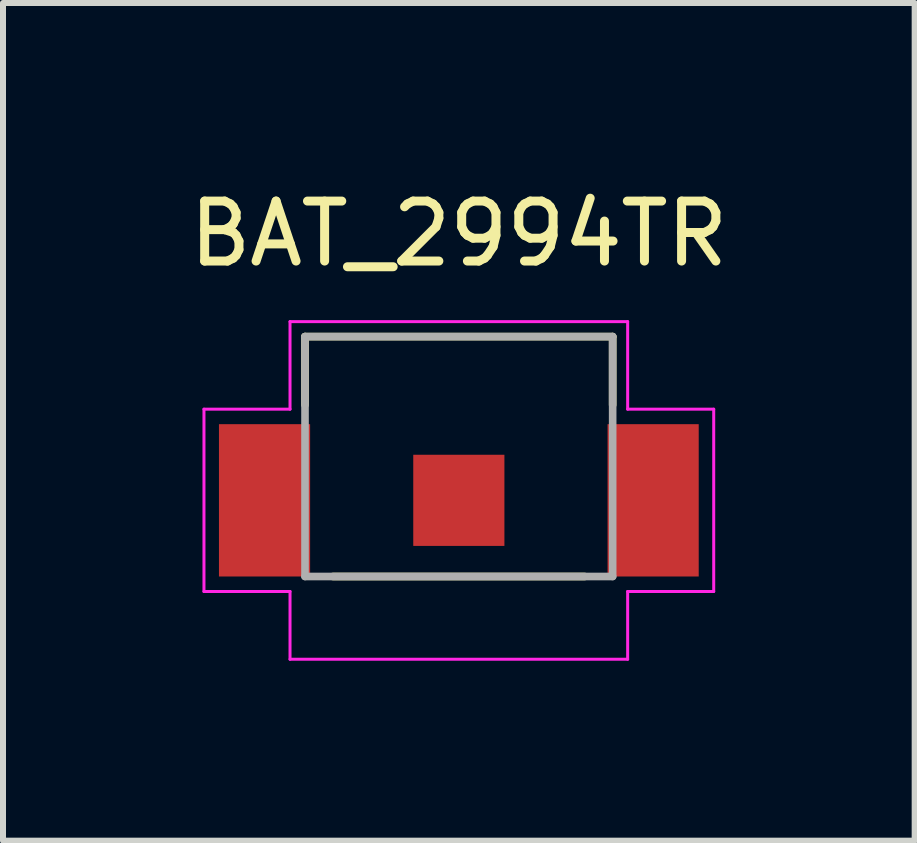
<source format=kicad_pcb>
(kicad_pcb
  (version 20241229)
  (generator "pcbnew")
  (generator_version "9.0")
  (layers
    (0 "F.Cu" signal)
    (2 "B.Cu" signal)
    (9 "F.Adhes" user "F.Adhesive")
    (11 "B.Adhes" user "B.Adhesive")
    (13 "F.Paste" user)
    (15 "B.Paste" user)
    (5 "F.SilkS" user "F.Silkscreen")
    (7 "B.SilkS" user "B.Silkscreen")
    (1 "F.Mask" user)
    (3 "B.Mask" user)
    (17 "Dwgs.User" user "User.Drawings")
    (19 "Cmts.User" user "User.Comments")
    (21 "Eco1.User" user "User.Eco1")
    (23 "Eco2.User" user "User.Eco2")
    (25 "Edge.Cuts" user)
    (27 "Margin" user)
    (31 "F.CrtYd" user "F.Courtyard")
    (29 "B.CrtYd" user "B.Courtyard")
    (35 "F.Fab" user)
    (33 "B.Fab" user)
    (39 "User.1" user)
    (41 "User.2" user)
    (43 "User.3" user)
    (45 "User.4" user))
  (footprint "BAT_2994TR"
    (layer "F.Cu")
    (at 4.601 5.293)
    (property "Reference" "BAT_2994TR" (at 0 -4.445 0) (layer "F.SilkS") (effects (font (size 1 1) (thickness 0.15))))
    (attr smd)
    (fp_line (start -2.565 -2.73) (end 2.565 -2.73) (stroke (width 0.127) (type solid)) (layer "F.SilkS"))
    (fp_line (start -2.565 -1.59) (end -2.565 -2.73) (stroke (width 0.127) (type solid)) (layer "F.SilkS"))
    (fp_line (start -2.1 1.27) (end 2.1 1.27) (stroke (width 0.127) (type solid)) (layer "F.SilkS"))
    (fp_line (start 2.565 -2.73) (end 2.565 -1.59) (stroke (width 0.127) (type solid)) (layer "F.SilkS"))
    (fp_line (start -4.25 -1.52) (end -2.815 -1.52) (stroke (width 0.05) (type solid)) (layer "F.CrtYd"))
    (fp_line (start -4.25 1.52) (end -4.25 -1.52) (stroke (width 0.05) (type solid)) (layer "F.CrtYd"))
    (fp_line (start -2.815 -2.98) (end 2.815 -2.98) (stroke (width 0.05) (type solid)) (layer "F.CrtYd"))
    (fp_line (start -2.815 -1.52) (end -2.815 -2.98) (stroke (width 0.05) (type solid)) (layer "F.CrtYd"))
    (fp_line (start -2.815 1.52) (end -4.25 1.52) (stroke (width 0.05) (type solid)) (layer "F.CrtYd"))
    (fp_line (start -2.815 1.52) (end -2.815 2.65) (stroke (width 0.05) (type solid)) (layer "F.CrtYd"))
    (fp_line (start -2.815 2.65) (end 2.815 2.65) (stroke (width 0.05) (type solid)) (layer "F.CrtYd"))
    (fp_line (start 2.815 -2.98) (end 2.815 -1.52) (stroke (width 0.05) (type solid)) (layer "F.CrtYd"))
    (fp_line (start 2.815 -1.52) (end 4.25 -1.52) (stroke (width 0.05) (type solid)) (layer "F.CrtYd"))
    (fp_line (start 2.815 2.65) (end 2.815 1.52) (stroke (width 0.05) (type solid)) (layer "F.CrtYd"))
    (fp_line (start 4.25 -1.52) (end 4.25 1.52) (stroke (width 0.05) (type solid)) (layer "F.CrtYd"))
    (fp_line (start 4.25 1.52) (end 2.815 1.52) (stroke (width 0.05) (type solid)) (layer "F.CrtYd"))
    (fp_line (start -2.565 -2.73) (end 2.565 -2.73) (stroke (width 0.127) (type solid)) (layer "F.Fab"))
    (fp_line (start -2.565 1.27) (end -2.565 -2.73) (stroke (width 0.127) (type solid)) (layer "F.Fab"))
    (fp_line (start -2.565 1.27) (end 2.565 1.27) (stroke (width 0.127) (type solid)) (layer "F.Fab"))
    (fp_line (start 2.565 -2.73) (end 2.565 1.27) (stroke (width 0.127) (type solid)) (layer "F.Fab"))
    (pad "N" smd rect (at 0 0) (size 1.52 1.52) (layers "F.Cu" "F.Mask"))
    (pad "P1" smd rect (at -3.24 0) (size 1.52 2.54) (layers "F.Cu" "F.Mask" "F.Paste"))
    (pad "P2" smd rect (at 3.24 0) (size 1.52 2.54) (layers "F.Cu" "F.Mask" "F.Paste")))
  (gr_rect
    (start -3 -3)
    (end 12.202 10.968)
    (stroke (width 0.1) (type default))
    (fill no)
    (layer "Edge.Cuts")))
</source>
